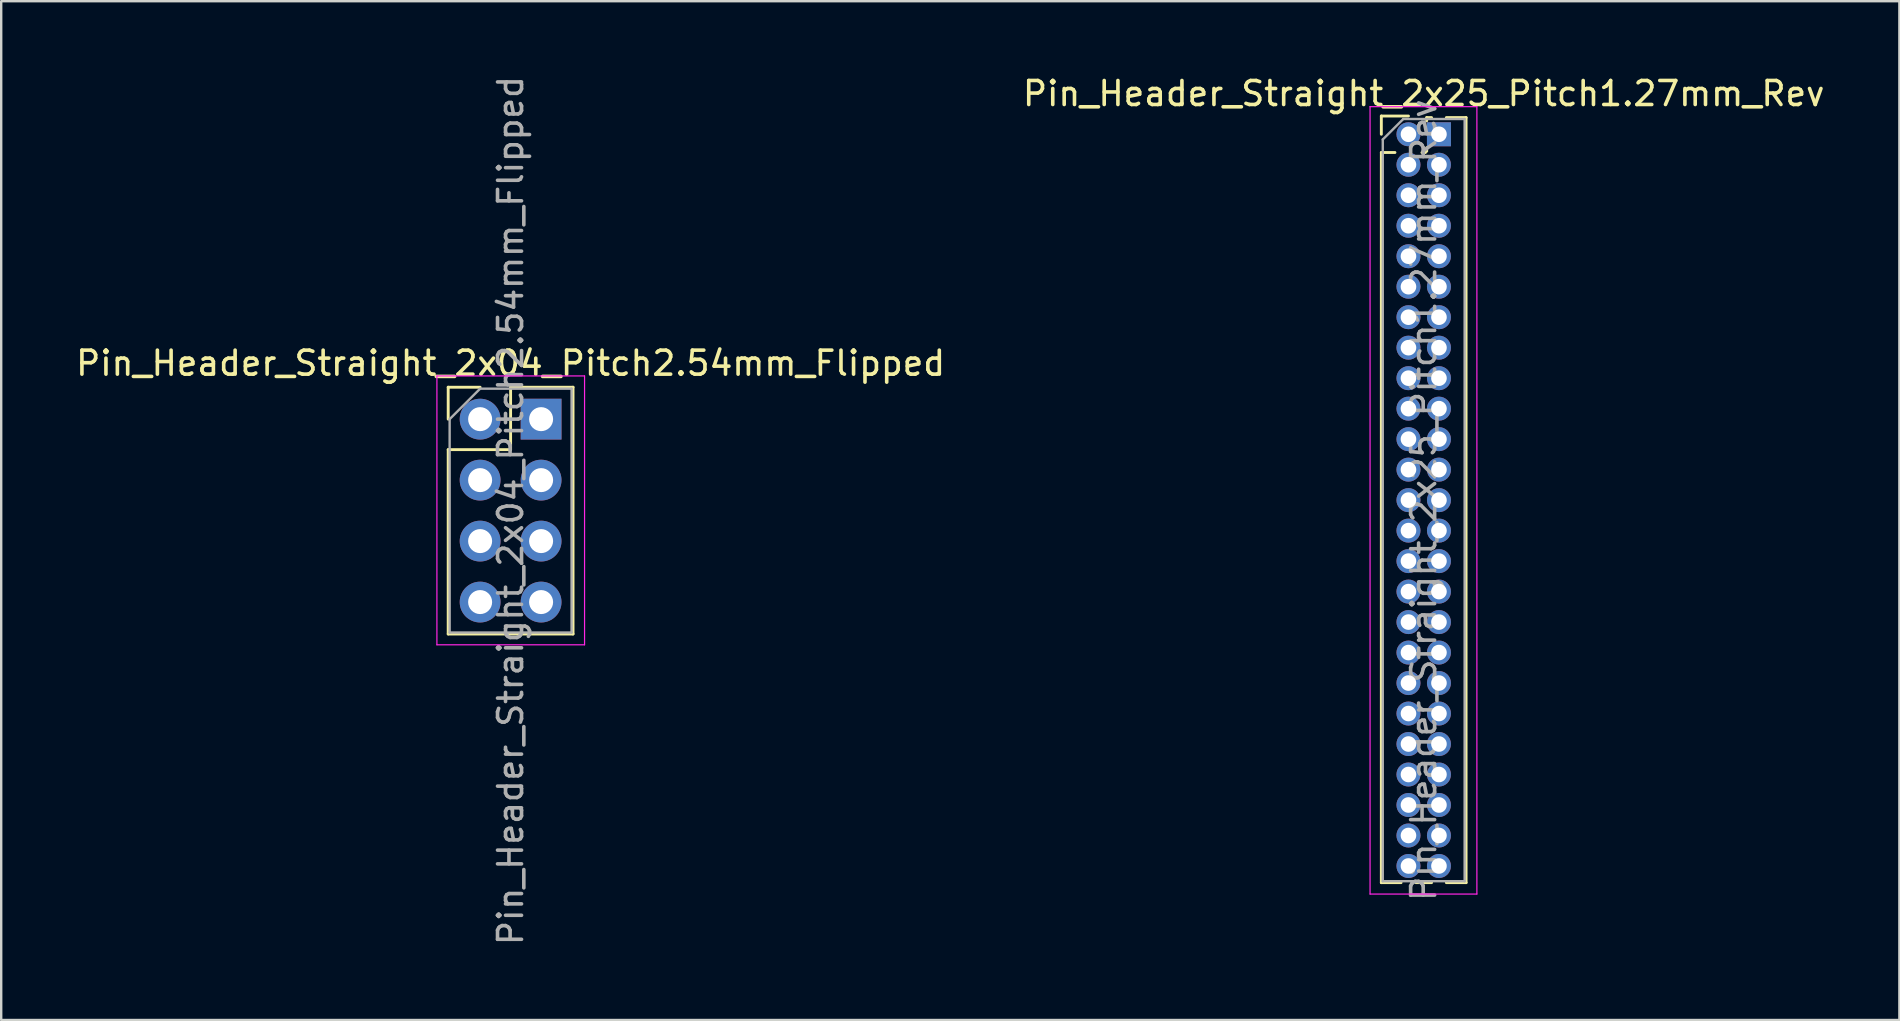
<source format=kicad_pcb>
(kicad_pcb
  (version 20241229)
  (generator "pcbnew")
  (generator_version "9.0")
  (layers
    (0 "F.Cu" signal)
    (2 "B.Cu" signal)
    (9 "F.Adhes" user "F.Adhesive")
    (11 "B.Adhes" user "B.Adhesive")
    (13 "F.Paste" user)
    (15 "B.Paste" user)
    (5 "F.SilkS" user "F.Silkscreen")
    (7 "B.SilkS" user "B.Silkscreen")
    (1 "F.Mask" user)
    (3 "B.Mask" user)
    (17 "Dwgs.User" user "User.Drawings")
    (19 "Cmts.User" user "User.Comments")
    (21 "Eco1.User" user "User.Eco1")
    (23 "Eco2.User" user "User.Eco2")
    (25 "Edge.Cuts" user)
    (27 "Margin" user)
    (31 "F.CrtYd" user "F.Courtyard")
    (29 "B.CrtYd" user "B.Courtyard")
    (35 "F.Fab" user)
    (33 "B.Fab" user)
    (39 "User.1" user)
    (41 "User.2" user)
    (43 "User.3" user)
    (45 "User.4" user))
  (footprint "Pin_Header_Straight_2x04_Pitch2.54mm_Flipped"
    (layer "F.Cu")
    (at 16.95 14.41)
    (property "Reference" "Pin_Header_Straight_2x04_Pitch2.54mm_Flipped" (at 1.27 -2.33 0) (layer "F.SilkS") (effects (font (size 1 1) (thickness 0.15))))
    (attr through_hole)
    (fp_line (start -1.33 -1.33) (end 0 -1.33) (stroke (width 0.12) (type solid)) (layer "F.SilkS"))
    (fp_line (start -1.33 0) (end -1.33 -1.33) (stroke (width 0.12) (type solid)) (layer "F.SilkS"))
    (fp_line (start -1.33 1.27) (end -1.33 8.95) (stroke (width 0.12) (type solid)) (layer "F.SilkS"))
    (fp_line (start -1.33 1.27) (end 1.27 1.27) (stroke (width 0.12) (type solid)) (layer "F.SilkS"))
    (fp_line (start -1.33 8.95) (end 3.87 8.95) (stroke (width 0.12) (type solid)) (layer "F.SilkS"))
    (fp_line (start 1.27 -1.33) (end 3.87 -1.33) (stroke (width 0.12) (type solid)) (layer "F.SilkS"))
    (fp_line (start 1.27 1.27) (end 1.27 -1.33) (stroke (width 0.12) (type solid)) (layer "F.SilkS"))
    (fp_line (start 3.87 -1.33) (end 3.87 8.95) (stroke (width 0.12) (type solid)) (layer "F.SilkS"))
    (fp_line (start -1.8 -1.8) (end -1.8 9.4) (stroke (width 0.05) (type solid)) (layer "F.CrtYd"))
    (fp_line (start -1.8 9.4) (end 4.35 9.4) (stroke (width 0.05) (type solid)) (layer "F.CrtYd"))
    (fp_line (start 4.35 -1.8) (end -1.8 -1.8) (stroke (width 0.05) (type solid)) (layer "F.CrtYd"))
    (fp_line (start 4.35 9.4) (end 4.35 -1.8) (stroke (width 0.05) (type solid)) (layer "F.CrtYd"))
    (fp_line (start -1.27 0) (end 0 -1.27) (stroke (width 0.1) (type solid)) (layer "F.Fab"))
    (fp_line (start -1.27 8.89) (end -1.27 0) (stroke (width 0.1) (type solid)) (layer "F.Fab"))
    (fp_line (start 0 -1.27) (end 3.81 -1.27) (stroke (width 0.1) (type solid)) (layer "F.Fab"))
    (fp_line (start 3.81 -1.27) (end 3.81 8.89) (stroke (width 0.1) (type solid)) (layer "F.Fab"))
    (fp_line (start 3.81 8.89) (end -1.27 8.89) (stroke (width 0.1) (type solid)) (layer "F.Fab"))
    (fp_text user "${REFERENCE}" (at 1.27 3.81 90) (layer "F.Fab") (effects (font (size 1 1) (thickness 0.15))))
    (pad "1" thru_hole rect (at 2.54 0) (size 1.7 1.7) (drill 1) (layers "*.Cu" "*.Mask"))
    (pad "2" thru_hole oval (at 0 0) (size 1.7 1.7) (drill 1) (layers "*.Cu" "*.Mask"))
    (pad "3" thru_hole oval (at 2.54 2.54) (size 1.7 1.7) (drill 1) (layers "*.Cu" "*.Mask"))
    (pad "4" thru_hole oval (at 0 2.54) (size 1.7 1.7) (drill 1) (layers "*.Cu" "*.Mask"))
    (pad "5" thru_hole oval (at 2.54 5.08) (size 1.7 1.7) (drill 1) (layers "*.Cu" "*.Mask"))
    (pad "6" thru_hole oval (at 0 5.08) (size 1.7 1.7) (drill 1) (layers "*.Cu" "*.Mask"))
    (pad "7" thru_hole oval (at 2.54 7.62) (size 1.7 1.7) (drill 1) (layers "*.Cu" "*.Mask"))
    (pad "8" thru_hole oval (at 0 7.62) (size 1.7 1.7) (drill 1) (layers "*.Cu" "*.Mask")))
  (footprint "Pin_Header_Straight_2x25_Pitch1.27mm_Rev"
    (layer "F.Cu")
    (at 55.621 2.543)
    (property "Reference" "Pin_Header_Straight_2x25_Pitch1.27mm_Rev" (at 0.635 -1.695 0) (layer "F.SilkS") (effects (font (size 1 1) (thickness 0.15))))
    (attr through_hole)
    (fp_line (start -1.13 -0.76) (end 0 -0.76) (stroke (width 0.12) (type solid)) (layer "F.SilkS"))
    (fp_line (start -1.13 0) (end -1.13 -0.76) (stroke (width 0.12) (type solid)) (layer "F.SilkS"))
    (fp_line (start -1.13 0.76) (end -1.13 31.175) (stroke (width 0.12) (type solid)) (layer "F.SilkS"))
    (fp_line (start -1.13 0.76) (end -0.563 0.76) (stroke (width 0.12) (type solid)) (layer "F.SilkS"))
    (fp_line (start -1.13 31.175) (end -0.308 31.175) (stroke (width 0.12) (type solid)) (layer "F.SilkS"))
    (fp_line (start 0.308 31.175) (end 0.962 31.175) (stroke (width 0.12) (type solid)) (layer "F.SilkS"))
    (fp_line (start 0.563 0.76) (end 0.707 0.76) (stroke (width 0.12) (type solid)) (layer "F.SilkS"))
    (fp_line (start 0.76 -0.695) (end 0.962 -0.695) (stroke (width 0.12) (type solid)) (layer "F.SilkS"))
    (fp_line (start 0.76 -0.563) (end 0.76 -0.695) (stroke (width 0.12) (type solid)) (layer "F.SilkS"))
    (fp_line (start 0.76 0.707) (end 0.76 0.563) (stroke (width 0.12) (type solid)) (layer "F.SilkS"))
    (fp_line (start 1.578 -0.695) (end 2.4 -0.695) (stroke (width 0.12) (type solid)) (layer "F.SilkS"))
    (fp_line (start 1.578 31.175) (end 2.4 31.175) (stroke (width 0.12) (type solid)) (layer "F.SilkS"))
    (fp_line (start 2.4 -0.695) (end 2.4 31.175) (stroke (width 0.12) (type solid)) (layer "F.SilkS"))
    (fp_line (start -1.6 -1.15) (end -1.6 31.65) (stroke (width 0.05) (type solid)) (layer "F.CrtYd"))
    (fp_line (start -1.6 31.65) (end 2.85 31.65) (stroke (width 0.05) (type solid)) (layer "F.CrtYd"))
    (fp_line (start 2.85 -1.15) (end -1.6 -1.15) (stroke (width 0.05) (type solid)) (layer "F.CrtYd"))
    (fp_line (start 2.85 31.65) (end 2.85 -1.15) (stroke (width 0.05) (type solid)) (layer "F.CrtYd"))
    (fp_line (start -1.07 0.217) (end -0.217 -0.635) (stroke (width 0.1) (type solid)) (layer "F.Fab"))
    (fp_line (start -1.07 31.115) (end -1.07 0.217) (stroke (width 0.1) (type solid)) (layer "F.Fab"))
    (fp_line (start -0.217 -0.635) (end 2.34 -0.635) (stroke (width 0.1) (type solid)) (layer "F.Fab"))
    (fp_line (start 2.34 -0.635) (end 2.34 31.115) (stroke (width 0.1) (type solid)) (layer "F.Fab"))
    (fp_line (start 2.34 31.115) (end -1.07 31.115) (stroke (width 0.1) (type solid)) (layer "F.Fab"))
    (fp_text user "${REFERENCE}" (at 0.635 15.24 90) (layer "F.Fab") (effects (font (size 1 1) (thickness 0.15))))
    (pad "1" thru_hole rect (at 1.27 0) (size 1 1) (drill 0.65) (layers "*.Cu" "*.Mask"))
    (pad "2" thru_hole oval (at 1.27 1.27) (size 1 1) (drill 0.65) (layers "*.Cu" "*.Mask"))
    (pad "3" thru_hole oval (at 1.27 2.54) (size 1 1) (drill 0.65) (layers "*.Cu" "*.Mask"))
    (pad "4" thru_hole oval (at 1.27 3.81) (size 1 1) (drill 0.65) (layers "*.Cu" "*.Mask"))
    (pad "5" thru_hole oval (at 1.27 5.08) (size 1 1) (drill 0.65) (layers "*.Cu" "*.Mask"))
    (pad "6" thru_hole oval (at 1.27 6.35) (size 1 1) (drill 0.65) (layers "*.Cu" "*.Mask"))
    (pad "7" thru_hole oval (at 1.27 7.62) (size 1 1) (drill 0.65) (layers "*.Cu" "*.Mask"))
    (pad "8" thru_hole oval (at 1.27 8.89) (size 1 1) (drill 0.65) (layers "*.Cu" "*.Mask"))
    (pad "9" thru_hole oval (at 1.27 10.16) (size 1 1) (drill 0.65) (layers "*.Cu" "*.Mask"))
    (pad "10" thru_hole oval (at 1.27 11.43) (size 1 1) (drill 0.65) (layers "*.Cu" "*.Mask"))
    (pad "11" thru_hole oval (at 1.27 12.7) (size 1 1) (drill 0.65) (layers "*.Cu" "*.Mask"))
    (pad "12" thru_hole oval (at 1.27 13.97) (size 1 1) (drill 0.65) (layers "*.Cu" "*.Mask"))
    (pad "13" thru_hole oval (at 1.27 15.24) (size 1 1) (drill 0.65) (layers "*.Cu" "*.Mask"))
    (pad "14" thru_hole oval (at 1.27 16.51) (size 1 1) (drill 0.65) (layers "*.Cu" "*.Mask"))
    (pad "15" thru_hole oval (at 1.27 17.78) (size 1 1) (drill 0.65) (layers "*.Cu" "*.Mask"))
    (pad "16" thru_hole oval (at 1.27 19.05) (size 1 1) (drill 0.65) (layers "*.Cu" "*.Mask"))
    (pad "17" thru_hole oval (at 1.27 20.32) (size 1 1) (drill 0.65) (layers "*.Cu" "*.Mask"))
    (pad "18" thru_hole oval (at 1.27 21.59) (size 1 1) (drill 0.65) (layers "*.Cu" "*.Mask"))
    (pad "19" thru_hole oval (at 1.27 22.86) (size 1 1) (drill 0.65) (layers "*.Cu" "*.Mask"))
    (pad "20" thru_hole oval (at 1.27 24.13) (size 1 1) (drill 0.65) (layers "*.Cu" "*.Mask"))
    (pad "21" thru_hole oval (at 1.27 25.4) (size 1 1) (drill 0.65) (layers "*.Cu" "*.Mask"))
    (pad "22" thru_hole oval (at 1.27 26.67) (size 1 1) (drill 0.65) (layers "*.Cu" "*.Mask"))
    (pad "23" thru_hole oval (at 1.27 27.94) (size 1 1) (drill 0.65) (layers "*.Cu" "*.Mask"))
    (pad "24" thru_hole oval (at 1.27 29.21) (size 1 1) (drill 0.65) (layers "*.Cu" "*.Mask"))
    (pad "25" thru_hole oval (at 1.27 30.48) (size 1 1) (drill 0.65) (layers "*.Cu" "*.Mask"))
    (pad "26" thru_hole circle (at 0 0) (size 1 1) (drill 0.65) (layers "*.Cu" "*.Mask"))
    (pad "27" thru_hole oval (at 0 1.27) (size 1 1) (drill 0.65) (layers "*.Cu" "*.Mask"))
    (pad "28" thru_hole oval (at 0 2.54) (size 1 1) (drill 0.65) (layers "*.Cu" "*.Mask"))
    (pad "29" thru_hole oval (at 0 3.81) (size 1 1) (drill 0.65) (layers "*.Cu" "*.Mask"))
    (pad "30" thru_hole oval (at 0 5.08) (size 1 1) (drill 0.65) (layers "*.Cu" "*.Mask"))
    (pad "31" thru_hole oval (at 0 6.35) (size 1 1) (drill 0.65) (layers "*.Cu" "*.Mask"))
    (pad "32" thru_hole oval (at 0 7.62) (size 1 1) (drill 0.65) (layers "*.Cu" "*.Mask"))
    (pad "33" thru_hole oval (at 0 8.89) (size 1 1) (drill 0.65) (layers "*.Cu" "*.Mask"))
    (pad "34" thru_hole oval (at 0 10.16) (size 1 1) (drill 0.65) (layers "*.Cu" "*.Mask"))
    (pad "35" thru_hole oval (at 0 11.43) (size 1 1) (drill 0.65) (layers "*.Cu" "*.Mask"))
    (pad "36" thru_hole oval (at 0 12.7) (size 1 1) (drill 0.65) (layers "*.Cu" "*.Mask"))
    (pad "37" thru_hole oval (at 0 13.97) (size 1 1) (drill 0.65) (layers "*.Cu" "*.Mask"))
    (pad "38" thru_hole oval (at 0 15.24) (size 1 1) (drill 0.65) (layers "*.Cu" "*.Mask"))
    (pad "39" thru_hole oval (at 0 16.51) (size 1 1) (drill 0.65) (layers "*.Cu" "*.Mask"))
    (pad "40" thru_hole oval (at 0 17.78) (size 1 1) (drill 0.65) (layers "*.Cu" "*.Mask"))
    (pad "41" thru_hole oval (at 0 19.05) (size 1 1) (drill 0.65) (layers "*.Cu" "*.Mask"))
    (pad "42" thru_hole oval (at 0 20.32) (size 1 1) (drill 0.65) (layers "*.Cu" "*.Mask"))
    (pad "43" thru_hole oval (at 0 21.59) (size 1 1) (drill 0.65) (layers "*.Cu" "*.Mask"))
    (pad "44" thru_hole oval (at 0 22.86) (size 1 1) (drill 0.65) (layers "*.Cu" "*.Mask"))
    (pad "45" thru_hole oval (at 0 24.13) (size 1 1) (drill 0.65) (layers "*.Cu" "*.Mask"))
    (pad "46" thru_hole oval (at 0 25.4) (size 1 1) (drill 0.65) (layers "*.Cu" "*.Mask"))
    (pad "47" thru_hole oval (at 0 26.67) (size 1 1) (drill 0.65) (layers "*.Cu" "*.Mask"))
    (pad "48" thru_hole oval (at 0 27.94) (size 1 1) (drill 0.65) (layers "*.Cu" "*.Mask"))
    (pad "49" thru_hole oval (at 0 29.21) (size 1 1) (drill 0.65) (layers "*.Cu" "*.Mask"))
    (pad "50" thru_hole oval (at 0 30.48) (size 1 1) (drill 0.65) (layers "*.Cu" "*.Mask")))
  (gr_rect
    (start -3 -3)
    (end 76.071 39.44)
    (stroke (width 0.1) (type default))
    (fill no)
    (layer "Edge.Cuts")))
</source>
